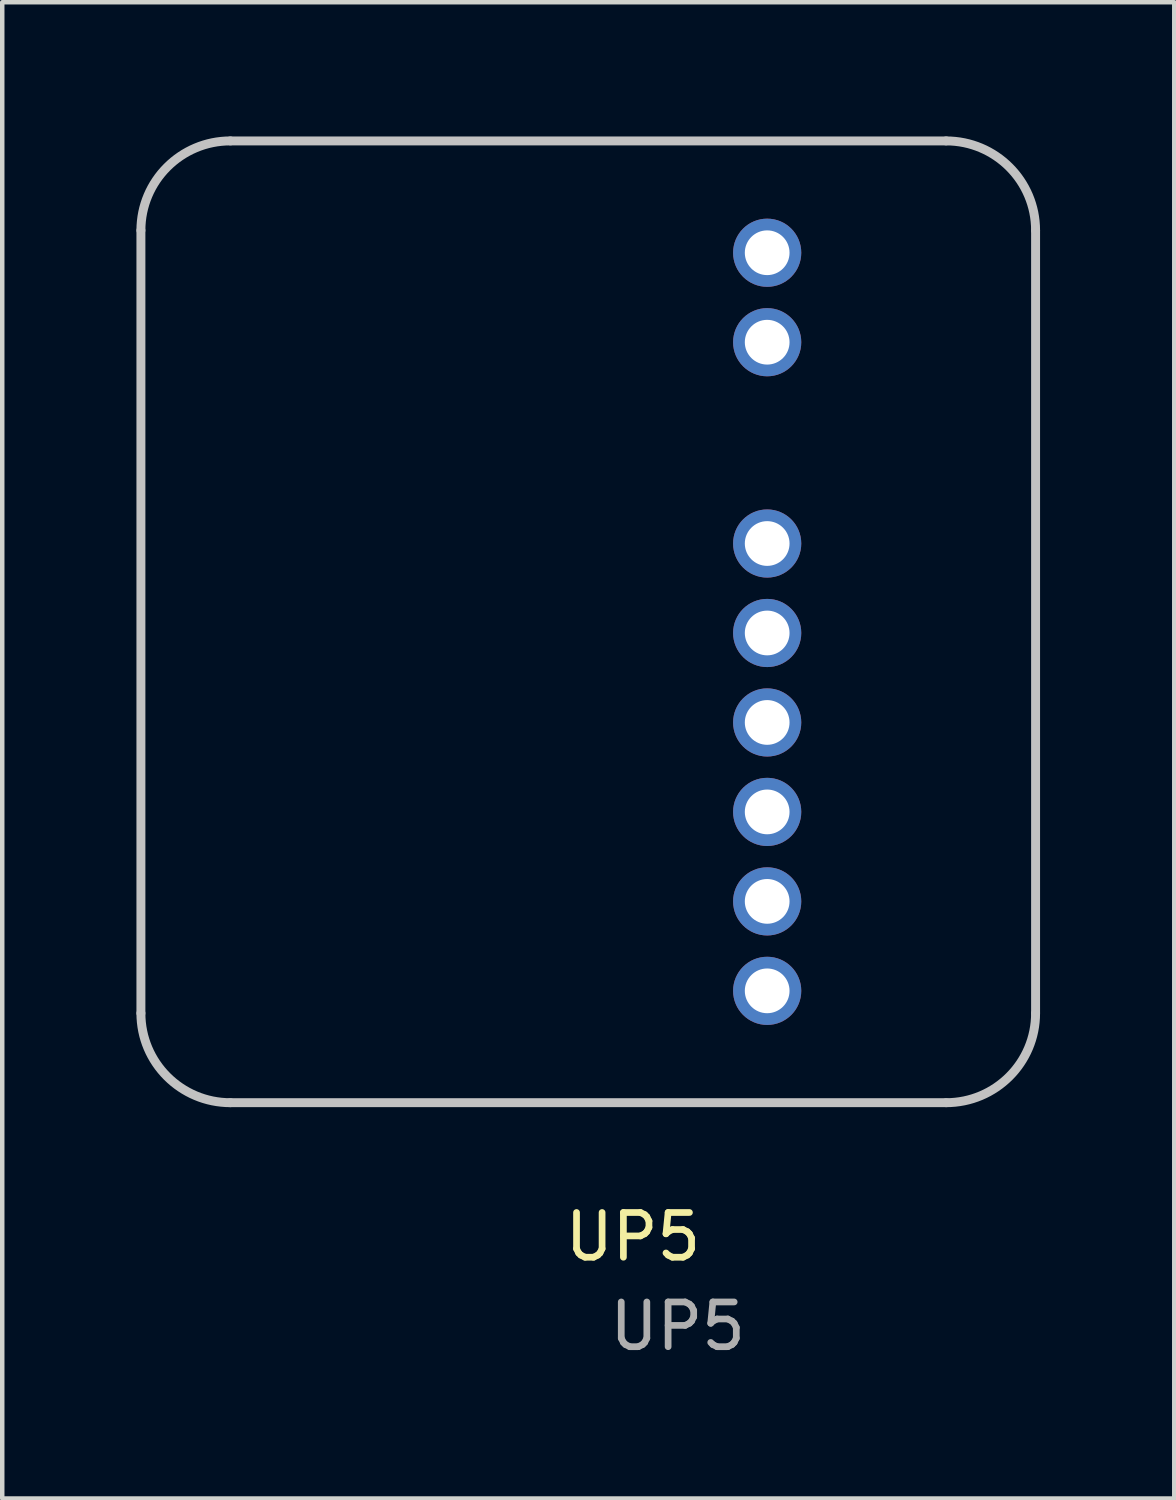
<source format=kicad_pcb>
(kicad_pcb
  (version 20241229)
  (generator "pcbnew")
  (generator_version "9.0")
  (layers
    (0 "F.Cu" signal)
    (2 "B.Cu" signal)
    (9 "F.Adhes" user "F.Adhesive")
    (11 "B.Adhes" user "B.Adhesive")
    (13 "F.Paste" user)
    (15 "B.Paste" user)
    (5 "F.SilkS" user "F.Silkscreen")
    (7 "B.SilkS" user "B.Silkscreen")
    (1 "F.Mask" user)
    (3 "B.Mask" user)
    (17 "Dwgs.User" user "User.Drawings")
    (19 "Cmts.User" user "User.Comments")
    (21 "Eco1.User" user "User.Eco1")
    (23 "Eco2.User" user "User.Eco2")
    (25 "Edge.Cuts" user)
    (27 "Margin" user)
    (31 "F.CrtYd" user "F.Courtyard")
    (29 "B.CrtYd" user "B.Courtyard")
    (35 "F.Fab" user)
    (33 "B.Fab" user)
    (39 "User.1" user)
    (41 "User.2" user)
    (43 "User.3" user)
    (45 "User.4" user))
  (footprint "UP5"
    (layer "F.Cu")
    (at 14.1 2.6)
    (property "Reference" "UP5" (at -3 22 0) (unlocked yes) (layer "F.SilkS") (effects (font (size 1 1) (thickness 0.15))))
    (attr smd)
    (fp_line (start -14 17) (end -14 -0.5) (stroke (width 0.2) (type solid)) (layer "Dwgs.User"))
    (fp_line (start -12 -2.5) (end 4 -2.5) (stroke (width 0.2) (type solid)) (layer "Dwgs.User"))
    (fp_line (start 4 19) (end -12 19) (stroke (width 0.2) (type solid)) (layer "Dwgs.User"))
    (fp_line (start 6 -0.5) (end 6 17) (stroke (width 0.2) (type solid)) (layer "Dwgs.User"))
    (fp_arc (start -14 -0.5) (mid -13.414214 -1.914214) (end -12 -2.5) (stroke (width 0.2) (type solid)) (layer "Dwgs.User"))
    (fp_arc (start -12 19.0001) (mid -13.414214 18.414314) (end -14 17.0001) (stroke (width 0.2) (type solid)) (layer "Dwgs.User"))
    (fp_arc (start 4 -2.5) (mid 5.414214 -1.914214) (end 6 -0.5) (stroke (width 0.2) (type solid)) (layer "Dwgs.User"))
    (fp_arc (start 6 17.0001) (mid 5.414214 18.414314) (end 4 19.0001) (stroke (width 0.2) (type solid)) (layer "Dwgs.User"))
    (fp_text user "${REFERENCE}" (at -2 24 0) (unlocked yes) (layer "F.Fab") (effects (font (size 1 1) (thickness 0.15))))
    (pad "1" thru_hole circle (at 0 0) (size 1.524 1.524) (drill 1) (layers "*.Cu" "*.Mask"))
    (pad "2" thru_hole circle (at 0 2) (size 1.524 1.524) (drill 1) (layers "*.Cu" "*.Mask"))
    (pad "3" thru_hole circle (at 0 6.5) (size 1.524 1.524) (drill 1) (layers "*.Cu" "*.Mask"))
    (pad "4" thru_hole circle (at 0 8.5) (size 1.524 1.524) (drill 1) (layers "*.Cu" "*.Mask"))
    (pad "5" thru_hole circle (at 0 10.5) (size 1.524 1.524) (drill 1) (layers "*.Cu" "*.Mask"))
    (pad "6" thru_hole circle (at 0 12.5) (size 1.524 1.524) (drill 1) (layers "*.Cu" "*.Mask"))
    (pad "7" thru_hole circle (at 0 14.5) (size 1.524 1.524) (drill 1) (layers "*.Cu" "*.Mask"))
    (pad "8" thru_hole circle (at 0 16.5) (size 1.524 1.524) (drill 1) (layers "*.Cu" "*.Mask")))
  (gr_rect
    (start -3 -3)
    (end 23.2 30.448)
    (stroke (width 0.1) (type default))
    (fill no)
    (layer "Edge.Cuts")))
</source>
